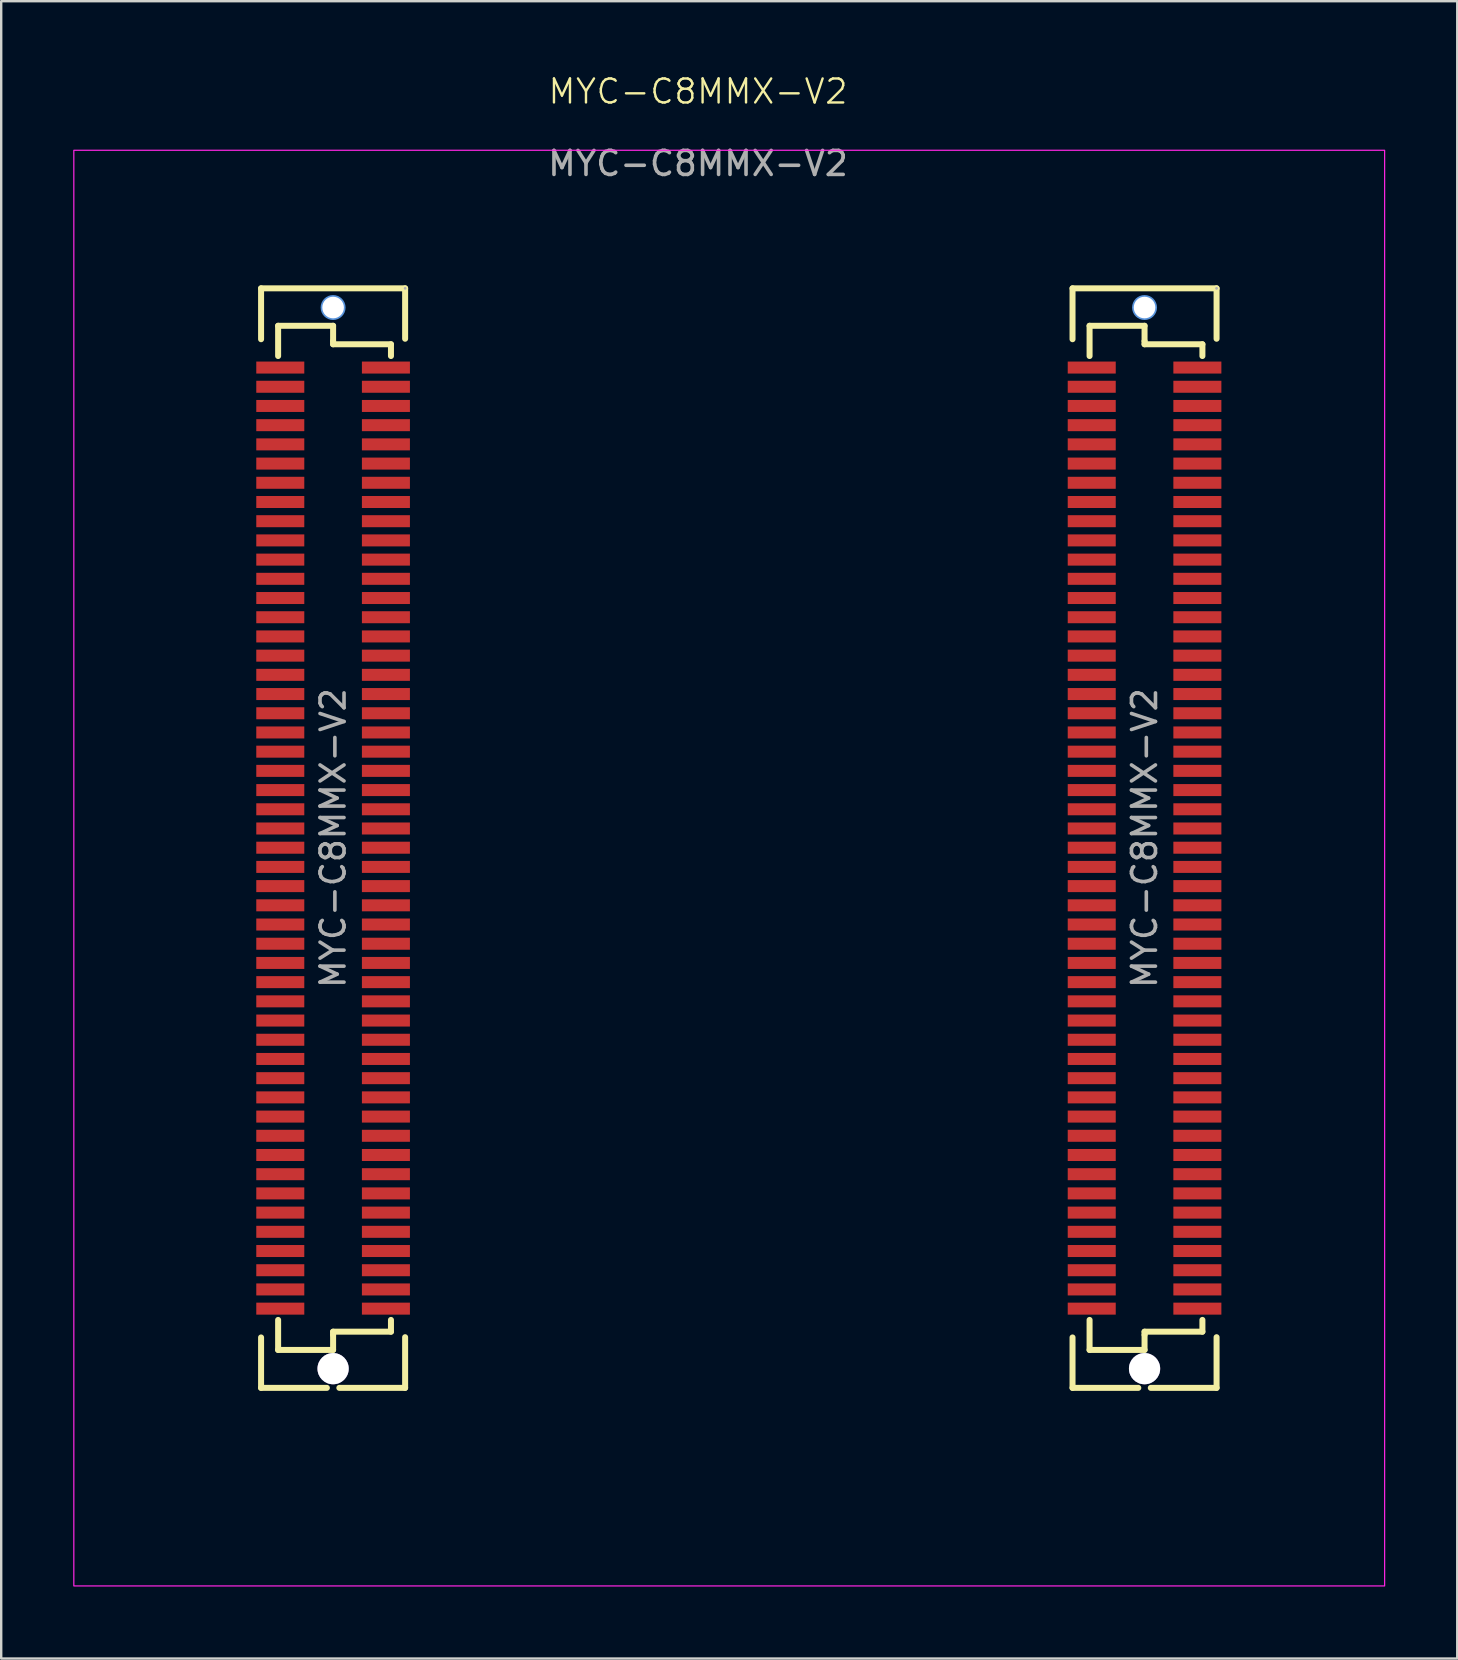
<source format=kicad_pcb>
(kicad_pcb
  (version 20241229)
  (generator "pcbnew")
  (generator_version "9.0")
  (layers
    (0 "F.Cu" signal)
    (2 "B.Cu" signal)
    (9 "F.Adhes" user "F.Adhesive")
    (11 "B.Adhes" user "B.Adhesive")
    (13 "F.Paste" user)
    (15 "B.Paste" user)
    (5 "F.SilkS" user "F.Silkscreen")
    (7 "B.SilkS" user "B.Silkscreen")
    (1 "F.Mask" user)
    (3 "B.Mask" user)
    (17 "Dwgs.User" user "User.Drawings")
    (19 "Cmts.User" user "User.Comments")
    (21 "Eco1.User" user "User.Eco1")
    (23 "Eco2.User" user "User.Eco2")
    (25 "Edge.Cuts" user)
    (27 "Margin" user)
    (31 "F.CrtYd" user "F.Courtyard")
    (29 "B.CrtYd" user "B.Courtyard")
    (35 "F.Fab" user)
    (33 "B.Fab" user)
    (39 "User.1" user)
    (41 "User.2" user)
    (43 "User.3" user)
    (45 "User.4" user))
  (footprint "MYC-C8MMX-V2"
    (layer "F.Cu")
    (at 26.025 1.26)
    (property "Reference" "MYC-C8MMX-V2" (at 0 -0.5 0) (unlocked yes) (layer "F.SilkS") (effects (font (size 1 1) (thickness 0.1))))
    (attr through_hole)
    (fp_line (start -18.2 7.7) (end -18.2 9.82) (stroke (width 0.25) (type solid)) (layer "F.SilkS"))
    (fp_line (start -18.2 53.5) (end -18.2 51.4) (stroke (width 0.25) (type solid)) (layer "F.SilkS"))
    (fp_line (start -17.49 9.26) (end -15.2 9.26) (stroke (width 0.25) (type solid)) (layer "F.SilkS"))
    (fp_line (start -17.49 10.52) (end -17.49 9.26) (stroke (width 0.25) (type solid)) (layer "F.SilkS"))
    (fp_line (start -17.49 50.67) (end -17.49 51.92) (stroke (width 0.25) (type solid)) (layer "F.SilkS"))
    (fp_line (start -17.49 51.92) (end -15.2 51.92) (stroke (width 0.25) (type solid)) (layer "F.SilkS"))
    (fp_line (start -15.46 53.5) (end -18.2 53.5) (stroke (width 0.25) (type solid)) (layer "F.SilkS"))
    (fp_line (start -15.2 9.26) (end -15.2 9.9) (stroke (width 0.25) (type solid)) (layer "F.SilkS"))
    (fp_line (start -15.2 9.9) (end -15.2 10.03) (stroke (width 0.25) (type solid)) (layer "F.SilkS"))
    (fp_line (start -15.2 10.03) (end -12.79 10.03) (stroke (width 0.25) (type solid)) (layer "F.SilkS"))
    (fp_line (start -15.2 51.16) (end -12.79 51.16) (stroke (width 0.25) (type solid)) (layer "F.SilkS"))
    (fp_line (start -15.2 51.29) (end -15.2 51.16) (stroke (width 0.25) (type solid)) (layer "F.SilkS"))
    (fp_line (start -15.2 51.92) (end -15.2 51.29) (stroke (width 0.25) (type solid)) (layer "F.SilkS"))
    (fp_line (start -12.79 10.03) (end -12.79 10.52) (stroke (width 0.25) (type solid)) (layer "F.SilkS"))
    (fp_line (start -12.79 51.16) (end -12.79 50.67) (stroke (width 0.25) (type solid)) (layer "F.SilkS"))
    (fp_line (start -12.2 7.7) (end -18.2 7.7) (stroke (width 0.25) (type solid)) (layer "F.SilkS"))
    (fp_line (start -12.2 7.7) (end -12.2 9.8) (stroke (width 0.25) (type solid)) (layer "F.SilkS"))
    (fp_line (start -12.2 53.5) (end -14.94 53.5) (stroke (width 0.25) (type solid)) (layer "F.SilkS"))
    (fp_line (start -12.2 53.5) (end -12.2 51.39) (stroke (width 0.25) (type solid)) (layer "F.SilkS"))
    (fp_line (start 15.6 7.7) (end 15.6 9.82) (stroke (width 0.25) (type solid)) (layer "F.SilkS"))
    (fp_line (start 15.6 53.5) (end 15.6 51.4) (stroke (width 0.25) (type solid)) (layer "F.SilkS"))
    (fp_line (start 16.31 9.26) (end 18.6 9.26) (stroke (width 0.25) (type solid)) (layer "F.SilkS"))
    (fp_line (start 16.31 10.52) (end 16.31 9.26) (stroke (width 0.25) (type solid)) (layer "F.SilkS"))
    (fp_line (start 16.31 50.67) (end 16.31 51.92) (stroke (width 0.25) (type solid)) (layer "F.SilkS"))
    (fp_line (start 16.31 51.92) (end 18.6 51.92) (stroke (width 0.25) (type solid)) (layer "F.SilkS"))
    (fp_line (start 18.34 53.5) (end 15.6 53.5) (stroke (width 0.25) (type solid)) (layer "F.SilkS"))
    (fp_line (start 18.6 9.26) (end 18.6 9.9) (stroke (width 0.25) (type solid)) (layer "F.SilkS"))
    (fp_line (start 18.6 9.9) (end 18.6 10.03) (stroke (width 0.25) (type solid)) (layer "F.SilkS"))
    (fp_line (start 18.6 10.03) (end 21.01 10.03) (stroke (width 0.25) (type solid)) (layer "F.SilkS"))
    (fp_line (start 18.6 51.16) (end 21.01 51.16) (stroke (width 0.25) (type solid)) (layer "F.SilkS"))
    (fp_line (start 18.6 51.29) (end 18.6 51.16) (stroke (width 0.25) (type solid)) (layer "F.SilkS"))
    (fp_line (start 18.6 51.92) (end 18.6 51.29) (stroke (width 0.25) (type solid)) (layer "F.SilkS"))
    (fp_line (start 21.01 10.03) (end 21.01 10.52) (stroke (width 0.25) (type solid)) (layer "F.SilkS"))
    (fp_line (start 21.01 51.16) (end 21.01 50.67) (stroke (width 0.25) (type solid)) (layer "F.SilkS"))
    (fp_line (start 21.6 7.7) (end 15.6 7.7) (stroke (width 0.25) (type solid)) (layer "F.SilkS"))
    (fp_line (start 21.6 7.7) (end 21.6 9.8) (stroke (width 0.25) (type solid)) (layer "F.SilkS"))
    (fp_line (start 21.6 53.5) (end 18.86 53.5) (stroke (width 0.25) (type solid)) (layer "F.SilkS"))
    (fp_line (start 21.6 53.5) (end 21.6 51.39) (stroke (width 0.25) (type solid)) (layer "F.SilkS"))
    (fp_circle (center -15.2 8.5) (end -15.2 8.67) (stroke (width 0.35) (type solid)) (fill no) (layer "Cmts.User"))
    (fp_circle (center -15.2 52.7) (end -15.2 52.98) (stroke (width 0.55) (type solid)) (fill no) (layer "Cmts.User"))
    (fp_circle (center 18.6 8.5) (end 18.6 8.67) (stroke (width 0.35) (type solid)) (fill no) (layer "Cmts.User"))
    (fp_circle (center 18.6 52.7) (end 18.6 52.98) (stroke (width 0.55) (type solid)) (fill no) (layer "Cmts.User"))
    (fp_rect (start -26 1.95) (end 28.6 61.75) (stroke (width 0.05) (type default)) (fill no) (layer "F.CrtYd"))
    (fp_circle (center -12.2 7.7) (end -12.2 7.73) (stroke (width 0.06) (type solid)) (fill no) (layer "F.Fab"))
    (fp_circle (center 21.6 7.7) (end 21.6 7.73) (stroke (width 0.06) (type solid)) (fill no) (layer "F.Fab"))
    (fp_text user "${REFERENCE}" (at 18.6 30.6 270) (layer "F.Fab") (effects (font (size 1 1) (thickness 0.15))))
    (fp_text user "${REFERENCE}" (at -15.2 30.6 270) (layer "F.Fab") (effects (font (size 1 1) (thickness 0.15))))
    (fp_text user "${REFERENCE}" (at 0 2.5 0) (unlocked yes) (layer "F.Fab") (effects (font (size 1 1) (thickness 0.15))))
    (pad "" thru_hole circle (at -15.2 8.5 270) (size 0.9 0.9) (drill 0.9) (layers "*.Cu" "*.Mask"))
    (pad "" thru_hole circle (at -15.2 52.7 270) (size 1.3 1.3) (drill 1.3) (layers "*.Cu" "*.Mask"))
    (pad "" thru_hole circle (at 18.6 8.5 270) (size 0.9 0.9) (drill 0.9) (layers "*.Cu" "*.Mask"))
    (pad "" thru_hole circle (at 18.6 52.7 270) (size 1.3 1.3) (drill 1.3) (layers "*.Cu" "*.Mask"))
    (pad "1" smd rect (at -13 11 90) (size 0.5 2) (layers "F.Cu" "F.Mask" "F.Paste"))
    (pad "1" smd rect (at 20.8 11 90) (size 0.5 2) (layers "F.Cu" "F.Mask" "F.Paste"))
    (pad "2" smd rect (at -17.4 11 90) (size 0.5 2) (layers "F.Cu" "F.Mask" "F.Paste"))
    (pad "2" smd rect (at 16.4 11 90) (size 0.5 2) (layers "F.Cu" "F.Mask" "F.Paste"))
    (pad "3" smd rect (at -13 11.8 90) (size 0.5 2) (layers "F.Cu" "F.Mask" "F.Paste"))
    (pad "3" smd rect (at 20.8 11.8 90) (size 0.5 2) (layers "F.Cu" "F.Mask" "F.Paste"))
    (pad "4" smd rect (at -17.4 11.8 90) (size 0.5 2) (layers "F.Cu" "F.Mask" "F.Paste"))
    (pad "4" smd rect (at 16.4 11.8 90) (size 0.5 2) (layers "F.Cu" "F.Mask" "F.Paste"))
    (pad "5" smd rect (at -13 12.6 90) (size 0.5 2) (layers "F.Cu" "F.Mask" "F.Paste"))
    (pad "5" smd rect (at 20.8 12.6 90) (size 0.5 2) (layers "F.Cu" "F.Mask" "F.Paste"))
    (pad "6" smd rect (at -17.4 12.6 90) (size 0.5 2) (layers "F.Cu" "F.Mask" "F.Paste"))
    (pad "6" smd rect (at 16.4 12.6 90) (size 0.5 2) (layers "F.Cu" "F.Mask" "F.Paste"))
    (pad "7" smd rect (at -13 13.4 90) (size 0.5 2) (layers "F.Cu" "F.Mask" "F.Paste"))
    (pad "7" smd rect (at 20.8 13.4 90) (size 0.5 2) (layers "F.Cu" "F.Mask" "F.Paste"))
    (pad "8" smd rect (at -17.4 13.4 90) (size 0.5 2) (layers "F.Cu" "F.Mask" "F.Paste"))
    (pad "8" smd rect (at 16.4 13.4 90) (size 0.5 2) (layers "F.Cu" "F.Mask" "F.Paste"))
    (pad "9" smd rect (at -13 14.2 90) (size 0.5 2) (layers "F.Cu" "F.Mask" "F.Paste"))
    (pad "9" smd rect (at 20.8 14.2 90) (size 0.5 2) (layers "F.Cu" "F.Mask" "F.Paste"))
    (pad "10" smd rect (at -17.4 14.2 90) (size 0.5 2) (layers "F.Cu" "F.Mask" "F.Paste"))
    (pad "10" smd rect (at 16.4 14.2 90) (size 0.5 2) (layers "F.Cu" "F.Mask" "F.Paste"))
    (pad "11" smd rect (at -13 15 90) (size 0.5 2) (layers "F.Cu" "F.Mask" "F.Paste"))
    (pad "11" smd rect (at 20.8 15 90) (size 0.5 2) (layers "F.Cu" "F.Mask" "F.Paste"))
    (pad "12" smd rect (at -17.4 15 90) (size 0.5 2) (layers "F.Cu" "F.Mask" "F.Paste"))
    (pad "12" smd rect (at 16.4 15 90) (size 0.5 2) (layers "F.Cu" "F.Mask" "F.Paste"))
    (pad "13" smd rect (at -13 15.8 90) (size 0.5 2) (layers "F.Cu" "F.Mask" "F.Paste"))
    (pad "13" smd rect (at 20.8 15.8 90) (size 0.5 2) (layers "F.Cu" "F.Mask" "F.Paste"))
    (pad "14" smd rect (at -17.4 15.8 90) (size 0.5 2) (layers "F.Cu" "F.Mask" "F.Paste"))
    (pad "14" smd rect (at 16.4 15.8 90) (size 0.5 2) (layers "F.Cu" "F.Mask" "F.Paste"))
    (pad "15" smd rect (at -13 16.6 90) (size 0.5 2) (layers "F.Cu" "F.Mask" "F.Paste"))
    (pad "15" smd rect (at 20.8 16.6 90) (size 0.5 2) (layers "F.Cu" "F.Mask" "F.Paste"))
    (pad "16" smd rect (at -17.4 16.6 90) (size 0.5 2) (layers "F.Cu" "F.Mask" "F.Paste"))
    (pad "16" smd rect (at 16.4 16.6 90) (size 0.5 2) (layers "F.Cu" "F.Mask" "F.Paste"))
    (pad "17" smd rect (at -13 17.4 90) (size 0.5 2) (layers "F.Cu" "F.Mask" "F.Paste"))
    (pad "17" smd rect (at 20.8 17.4 90) (size 0.5 2) (layers "F.Cu" "F.Mask" "F.Paste"))
    (pad "18" smd rect (at -17.4 17.4 90) (size 0.5 2) (layers "F.Cu" "F.Mask" "F.Paste"))
    (pad "18" smd rect (at 16.4 17.4 90) (size 0.5 2) (layers "F.Cu" "F.Mask" "F.Paste"))
    (pad "19" smd rect (at -13 18.2 90) (size 0.5 2) (layers "F.Cu" "F.Mask" "F.Paste"))
    (pad "19" smd rect (at 20.8 18.2 90) (size 0.5 2) (layers "F.Cu" "F.Mask" "F.Paste"))
    (pad "20" smd rect (at -17.4 18.2 90) (size 0.5 2) (layers "F.Cu" "F.Mask" "F.Paste"))
    (pad "20" smd rect (at 16.4 18.2 90) (size 0.5 2) (layers "F.Cu" "F.Mask" "F.Paste"))
    (pad "21" smd rect (at -13 19 90) (size 0.5 2) (layers "F.Cu" "F.Mask" "F.Paste"))
    (pad "21" smd rect (at 20.8 19 90) (size 0.5 2) (layers "F.Cu" "F.Mask" "F.Paste"))
    (pad "22" smd rect (at -17.4 19 90) (size 0.5 2) (layers "F.Cu" "F.Mask" "F.Paste"))
    (pad "22" smd rect (at 16.4 19 90) (size 0.5 2) (layers "F.Cu" "F.Mask" "F.Paste"))
    (pad "23" smd rect (at -13 19.8 90) (size 0.5 2) (layers "F.Cu" "F.Mask" "F.Paste"))
    (pad "23" smd rect (at 20.8 19.8 90) (size 0.5 2) (layers "F.Cu" "F.Mask" "F.Paste"))
    (pad "24" smd rect (at -17.4 19.8 90) (size 0.5 2) (layers "F.Cu" "F.Mask" "F.Paste"))
    (pad "24" smd rect (at 16.4 19.8 90) (size 0.5 2) (layers "F.Cu" "F.Mask" "F.Paste"))
    (pad "25" smd rect (at -13 20.6 90) (size 0.5 2) (layers "F.Cu" "F.Mask" "F.Paste"))
    (pad "25" smd rect (at 20.8 20.6 90) (size 0.5 2) (layers "F.Cu" "F.Mask" "F.Paste"))
    (pad "26" smd rect (at -17.4 20.6 90) (size 0.5 2) (layers "F.Cu" "F.Mask" "F.Paste"))
    (pad "26" smd rect (at 16.4 20.6 90) (size 0.5 2) (layers "F.Cu" "F.Mask" "F.Paste"))
    (pad "27" smd rect (at -13 21.4 90) (size 0.5 2) (layers "F.Cu" "F.Mask" "F.Paste"))
    (pad "27" smd rect (at 20.8 21.4 90) (size 0.5 2) (layers "F.Cu" "F.Mask" "F.Paste"))
    (pad "28" smd rect (at -17.4 21.4 90) (size 0.5 2) (layers "F.Cu" "F.Mask" "F.Paste"))
    (pad "28" smd rect (at 16.4 21.4 90) (size 0.5 2) (layers "F.Cu" "F.Mask" "F.Paste"))
    (pad "29" smd rect (at -13 22.2 90) (size 0.5 2) (layers "F.Cu" "F.Mask" "F.Paste"))
    (pad "29" smd rect (at 20.8 22.2 90) (size 0.5 2) (layers "F.Cu" "F.Mask" "F.Paste"))
    (pad "30" smd rect (at -17.4 22.2 90) (size 0.5 2) (layers "F.Cu" "F.Mask" "F.Paste"))
    (pad "30" smd rect (at 16.4 22.2 90) (size 0.5 2) (layers "F.Cu" "F.Mask" "F.Paste"))
    (pad "31" smd rect (at -13 23 90) (size 0.5 2) (layers "F.Cu" "F.Mask" "F.Paste"))
    (pad "31" smd rect (at 20.8 23 90) (size 0.5 2) (layers "F.Cu" "F.Mask" "F.Paste"))
    (pad "32" smd rect (at -17.4 23 90) (size 0.5 2) (layers "F.Cu" "F.Mask" "F.Paste"))
    (pad "32" smd rect (at 16.4 23 90) (size 0.5 2) (layers "F.Cu" "F.Mask" "F.Paste"))
    (pad "33" smd rect (at -13 23.8 90) (size 0.5 2) (layers "F.Cu" "F.Mask" "F.Paste"))
    (pad "33" smd rect (at 20.8 23.8 90) (size 0.5 2) (layers "F.Cu" "F.Mask" "F.Paste"))
    (pad "34" smd rect (at -17.4 23.8 90) (size 0.5 2) (layers "F.Cu" "F.Mask" "F.Paste"))
    (pad "34" smd rect (at 16.4 23.8 90) (size 0.5 2) (layers "F.Cu" "F.Mask" "F.Paste"))
    (pad "35" smd rect (at -13 24.6 90) (size 0.5 2) (layers "F.Cu" "F.Mask" "F.Paste"))
    (pad "35" smd rect (at 20.8 24.6 90) (size 0.5 2) (layers "F.Cu" "F.Mask" "F.Paste"))
    (pad "36" smd rect (at -17.4 24.6 90) (size 0.5 2) (layers "F.Cu" "F.Mask" "F.Paste"))
    (pad "36" smd rect (at 16.4 24.6 90) (size 0.5 2) (layers "F.Cu" "F.Mask" "F.Paste"))
    (pad "37" smd rect (at -13 25.4 90) (size 0.5 2) (layers "F.Cu" "F.Mask" "F.Paste"))
    (pad "37" smd rect (at 20.8 25.4 90) (size 0.5 2) (layers "F.Cu" "F.Mask" "F.Paste"))
    (pad "38" smd rect (at -17.4 25.4 90) (size 0.5 2) (layers "F.Cu" "F.Mask" "F.Paste"))
    (pad "38" smd rect (at 16.4 25.4 90) (size 0.5 2) (layers "F.Cu" "F.Mask" "F.Paste"))
    (pad "39" smd rect (at -13 26.2 90) (size 0.5 2) (layers "F.Cu" "F.Mask" "F.Paste"))
    (pad "39" smd rect (at 20.8 26.2 90) (size 0.5 2) (layers "F.Cu" "F.Mask" "F.Paste"))
    (pad "40" smd rect (at -17.4 26.2 90) (size 0.5 2) (layers "F.Cu" "F.Mask" "F.Paste"))
    (pad "40" smd rect (at 16.4 26.2 90) (size 0.5 2) (layers "F.Cu" "F.Mask" "F.Paste"))
    (pad "41" smd rect (at -13 27 90) (size 0.5 2) (layers "F.Cu" "F.Mask" "F.Paste"))
    (pad "41" smd rect (at 20.8 27 90) (size 0.5 2) (layers "F.Cu" "F.Mask" "F.Paste"))
    (pad "42" smd rect (at -17.4 27 90) (size 0.5 2) (layers "F.Cu" "F.Mask" "F.Paste"))
    (pad "42" smd rect (at 16.4 27 90) (size 0.5 2) (layers "F.Cu" "F.Mask" "F.Paste"))
    (pad "43" smd rect (at -13 27.8 90) (size 0.5 2) (layers "F.Cu" "F.Mask" "F.Paste"))
    (pad "43" smd rect (at 20.8 27.8 90) (size 0.5 2) (layers "F.Cu" "F.Mask" "F.Paste"))
    (pad "44" smd rect (at -17.4 27.8 90) (size 0.5 2) (layers "F.Cu" "F.Mask" "F.Paste"))
    (pad "44" smd rect (at 16.4 27.8 90) (size 0.5 2) (layers "F.Cu" "F.Mask" "F.Paste"))
    (pad "45" smd rect (at -13 28.6 90) (size 0.5 2) (layers "F.Cu" "F.Mask" "F.Paste"))
    (pad "45" smd rect (at 20.8 28.6 90) (size 0.5 2) (layers "F.Cu" "F.Mask" "F.Paste"))
    (pad "46" smd rect (at -17.4 28.6 90) (size 0.5 2) (layers "F.Cu" "F.Mask" "F.Paste"))
    (pad "46" smd rect (at 16.4 28.6 90) (size 0.5 2) (layers "F.Cu" "F.Mask" "F.Paste"))
    (pad "47" smd rect (at -13 29.4 90) (size 0.5 2) (layers "F.Cu" "F.Mask" "F.Paste"))
    (pad "47" smd rect (at 20.8 29.4 90) (size 0.5 2) (layers "F.Cu" "F.Mask" "F.Paste"))
    (pad "48" smd rect (at -17.4 29.4 90) (size 0.5 2) (layers "F.Cu" "F.Mask" "F.Paste"))
    (pad "48" smd rect (at 16.4 29.4 90) (size 0.5 2) (layers "F.Cu" "F.Mask" "F.Paste"))
    (pad "49" smd rect (at -13 30.2 90) (size 0.5 2) (layers "F.Cu" "F.Mask" "F.Paste"))
    (pad "49" smd rect (at 20.8 30.2 90) (size 0.5 2) (layers "F.Cu" "F.Mask" "F.Paste"))
    (pad "50" smd rect (at -17.4 30.2 90) (size 0.5 2) (layers "F.Cu" "F.Mask" "F.Paste"))
    (pad "50" smd rect (at 16.4 30.2 90) (size 0.5 2) (layers "F.Cu" "F.Mask" "F.Paste"))
    (pad "51" smd rect (at -13 31 90) (size 0.5 2) (layers "F.Cu" "F.Mask" "F.Paste"))
    (pad "51" smd rect (at 20.8 31 90) (size 0.5 2) (layers "F.Cu" "F.Mask" "F.Paste"))
    (pad "52" smd rect (at -17.4 31 90) (size 0.5 2) (layers "F.Cu" "F.Mask" "F.Paste"))
    (pad "52" smd rect (at 16.4 31 90) (size 0.5 2) (layers "F.Cu" "F.Mask" "F.Paste"))
    (pad "53" smd rect (at -13 31.8 90) (size 0.5 2) (layers "F.Cu" "F.Mask" "F.Paste"))
    (pad "53" smd rect (at 20.8 31.8 90) (size 0.5 2) (layers "F.Cu" "F.Mask" "F.Paste"))
    (pad "54" smd rect (at -17.4 31.8 90) (size 0.5 2) (layers "F.Cu" "F.Mask" "F.Paste"))
    (pad "54" smd rect (at 16.4 31.8 90) (size 0.5 2) (layers "F.Cu" "F.Mask" "F.Paste"))
    (pad "55" smd rect (at -13 32.6 90) (size 0.5 2) (layers "F.Cu" "F.Mask" "F.Paste"))
    (pad "55" smd rect (at 20.8 32.6 90) (size 0.5 2) (layers "F.Cu" "F.Mask" "F.Paste"))
    (pad "56" smd rect (at -17.4 32.6 90) (size 0.5 2) (layers "F.Cu" "F.Mask" "F.Paste"))
    (pad "56" smd rect (at 16.4 32.6 90) (size 0.5 2) (layers "F.Cu" "F.Mask" "F.Paste"))
    (pad "57" smd rect (at -13 33.4 90) (size 0.5 2) (layers "F.Cu" "F.Mask" "F.Paste"))
    (pad "57" smd rect (at 20.8 33.4 90) (size 0.5 2) (layers "F.Cu" "F.Mask" "F.Paste"))
    (pad "58" smd rect (at -17.4 33.4 90) (size 0.5 2) (layers "F.Cu" "F.Mask" "F.Paste"))
    (pad "58" smd rect (at 16.4 33.4 90) (size 0.5 2) (layers "F.Cu" "F.Mask" "F.Paste"))
    (pad "59" smd rect (at -13 34.2 90) (size 0.5 2) (layers "F.Cu" "F.Mask" "F.Paste"))
    (pad "59" smd rect (at 20.8 34.2 90) (size 0.5 2) (layers "F.Cu" "F.Mask" "F.Paste"))
    (pad "60" smd rect (at -17.4 34.2 90) (size 0.5 2) (layers "F.Cu" "F.Mask" "F.Paste"))
    (pad "60" smd rect (at 16.4 34.2 90) (size 0.5 2) (layers "F.Cu" "F.Mask" "F.Paste"))
    (pad "61" smd rect (at -13 35 90) (size 0.5 2) (layers "F.Cu" "F.Mask" "F.Paste"))
    (pad "61" smd rect (at 20.8 35 90) (size 0.5 2) (layers "F.Cu" "F.Mask" "F.Paste"))
    (pad "62" smd rect (at -17.4 35 90) (size 0.5 2) (layers "F.Cu" "F.Mask" "F.Paste"))
    (pad "62" smd rect (at 16.4 35 90) (size 0.5 2) (layers "F.Cu" "F.Mask" "F.Paste"))
    (pad "63" smd rect (at -13 35.8 90) (size 0.5 2) (layers "F.Cu" "F.Mask" "F.Paste"))
    (pad "63" smd rect (at 20.8 35.8 90) (size 0.5 2) (layers "F.Cu" "F.Mask" "F.Paste"))
    (pad "64" smd rect (at -17.4 35.8 90) (size 0.5 2) (layers "F.Cu" "F.Mask" "F.Paste"))
    (pad "64" smd rect (at 16.4 35.8 90) (size 0.5 2) (layers "F.Cu" "F.Mask" "F.Paste"))
    (pad "65" smd rect (at -13 36.6 90) (size 0.5 2) (layers "F.Cu" "F.Mask" "F.Paste"))
    (pad "65" smd rect (at 20.8 36.6 90) (size 0.5 2) (layers "F.Cu" "F.Mask" "F.Paste"))
    (pad "66" smd rect (at -17.4 36.6 90) (size 0.5 2) (layers "F.Cu" "F.Mask" "F.Paste"))
    (pad "66" smd rect (at 16.4 36.6 90) (size 0.5 2) (layers "F.Cu" "F.Mask" "F.Paste"))
    (pad "67" smd rect (at -13 37.4 90) (size 0.5 2) (layers "F.Cu" "F.Mask" "F.Paste"))
    (pad "67" smd rect (at 20.8 37.4 90) (size 0.5 2) (layers "F.Cu" "F.Mask" "F.Paste"))
    (pad "68" smd rect (at -17.4 37.4 90) (size 0.5 2) (layers "F.Cu" "F.Mask" "F.Paste"))
    (pad "68" smd rect (at 16.4 37.4 90) (size 0.5 2) (layers "F.Cu" "F.Mask" "F.Paste"))
    (pad "69" smd rect (at -13 38.2 90) (size 0.5 2) (layers "F.Cu" "F.Mask" "F.Paste"))
    (pad "69" smd rect (at 20.8 38.2 90) (size 0.5 2) (layers "F.Cu" "F.Mask" "F.Paste"))
    (pad "70" smd rect (at -17.4 38.2 90) (size 0.5 2) (layers "F.Cu" "F.Mask" "F.Paste"))
    (pad "70" smd rect (at 16.4 38.2 90) (size 0.5 2) (layers "F.Cu" "F.Mask" "F.Paste"))
    (pad "71" smd rect (at -13 39 90) (size 0.5 2) (layers "F.Cu" "F.Mask" "F.Paste"))
    (pad "71" smd rect (at 20.8 39 90) (size 0.5 2) (layers "F.Cu" "F.Mask" "F.Paste"))
    (pad "72" smd rect (at -17.4 39 90) (size 0.5 2) (layers "F.Cu" "F.Mask" "F.Paste"))
    (pad "72" smd rect (at 16.4 39 90) (size 0.5 2) (layers "F.Cu" "F.Mask" "F.Paste"))
    (pad "73" smd rect (at -13 39.8 90) (size 0.5 2) (layers "F.Cu" "F.Mask" "F.Paste"))
    (pad "73" smd rect (at 20.8 39.8 90) (size 0.5 2) (layers "F.Cu" "F.Mask" "F.Paste"))
    (pad "74" smd rect (at -17.4 39.8 90) (size 0.5 2) (layers "F.Cu" "F.Mask" "F.Paste"))
    (pad "74" smd rect (at 16.4 39.8 90) (size 0.5 2) (layers "F.Cu" "F.Mask" "F.Paste"))
    (pad "75" smd rect (at -13 40.6 90) (size 0.5 2) (layers "F.Cu" "F.Mask" "F.Paste"))
    (pad "75" smd rect (at 20.8 40.6 90) (size 0.5 2) (layers "F.Cu" "F.Mask" "F.Paste"))
    (pad "76" smd rect (at -17.4 40.6 90) (size 0.5 2) (layers "F.Cu" "F.Mask" "F.Paste"))
    (pad "76" smd rect (at 16.4 40.6 90) (size 0.5 2) (layers "F.Cu" "F.Mask" "F.Paste"))
    (pad "77" smd rect (at -13 41.4 90) (size 0.5 2) (layers "F.Cu" "F.Mask" "F.Paste"))
    (pad "77" smd rect (at 20.8 41.4 90) (size 0.5 2) (layers "F.Cu" "F.Mask" "F.Paste"))
    (pad "78" smd rect (at -17.4 41.4 90) (size 0.5 2) (layers "F.Cu" "F.Mask" "F.Paste"))
    (pad "78" smd rect (at 16.4 41.4 90) (size 0.5 2) (layers "F.Cu" "F.Mask" "F.Paste"))
    (pad "79" smd rect (at -13 42.2 90) (size 0.5 2) (layers "F.Cu" "F.Mask" "F.Paste"))
    (pad "79" smd rect (at 20.8 42.2 90) (size 0.5 2) (layers "F.Cu" "F.Mask" "F.Paste"))
    (pad "80" smd rect (at -17.4 42.2 90) (size 0.5 2) (layers "F.Cu" "F.Mask" "F.Paste"))
    (pad "80" smd rect (at 16.4 42.2 90) (size 0.5 2) (layers "F.Cu" "F.Mask" "F.Paste"))
    (pad "81" smd rect (at -13 43 90) (size 0.5 2) (layers "F.Cu" "F.Mask" "F.Paste"))
    (pad "81" smd rect (at 20.8 43 90) (size 0.5 2) (layers "F.Cu" "F.Mask" "F.Paste"))
    (pad "82" smd rect (at -17.4 43 90) (size 0.5 2) (layers "F.Cu" "F.Mask" "F.Paste"))
    (pad "82" smd rect (at 16.4 43 90) (size 0.5 2) (layers "F.Cu" "F.Mask" "F.Paste"))
    (pad "83" smd rect (at -13 43.8 90) (size 0.5 2) (layers "F.Cu" "F.Mask" "F.Paste"))
    (pad "83" smd rect (at 20.8 43.8 90) (size 0.5 2) (layers "F.Cu" "F.Mask" "F.Paste"))
    (pad "84" smd rect (at -17.4 43.8 90) (size 0.5 2) (layers "F.Cu" "F.Mask" "F.Paste"))
    (pad "84" smd rect (at 16.4 43.8 90) (size 0.5 2) (layers "F.Cu" "F.Mask" "F.Paste"))
    (pad "85" smd rect (at -13 44.6 90) (size 0.5 2) (layers "F.Cu" "F.Mask" "F.Paste"))
    (pad "85" smd rect (at 20.8 44.6 90) (size 0.5 2) (layers "F.Cu" "F.Mask" "F.Paste"))
    (pad "86" smd rect (at -17.4 44.6 90) (size 0.5 2) (layers "F.Cu" "F.Mask" "F.Paste"))
    (pad "86" smd rect (at 16.4 44.6 90) (size 0.5 2) (layers "F.Cu" "F.Mask" "F.Paste"))
    (pad "87" smd rect (at -13 45.4 90) (size 0.5 2) (layers "F.Cu" "F.Mask" "F.Paste"))
    (pad "87" smd rect (at 20.8 45.4 90) (size 0.5 2) (layers "F.Cu" "F.Mask" "F.Paste"))
    (pad "88" smd rect (at -17.4 45.4 90) (size 0.5 2) (layers "F.Cu" "F.Mask" "F.Paste"))
    (pad "88" smd rect (at 16.4 45.4 90) (size 0.5 2) (layers "F.Cu" "F.Mask" "F.Paste"))
    (pad "89" smd rect (at -13 46.2 90) (size 0.5 2) (layers "F.Cu" "F.Mask" "F.Paste"))
    (pad "89" smd rect (at 20.8 46.2 90) (size 0.5 2) (layers "F.Cu" "F.Mask" "F.Paste"))
    (pad "90" smd rect (at -17.4 46.2 90) (size 0.5 2) (layers "F.Cu" "F.Mask" "F.Paste"))
    (pad "90" smd rect (at 16.4 46.2 90) (size 0.5 2) (layers "F.Cu" "F.Mask" "F.Paste"))
    (pad "91" smd rect (at -13 47 90) (size 0.5 2) (layers "F.Cu" "F.Mask" "F.Paste"))
    (pad "91" smd rect (at 20.8 47 90) (size 0.5 2) (layers "F.Cu" "F.Mask" "F.Paste"))
    (pad "92" smd rect (at -17.4 47 90) (size 0.5 2) (layers "F.Cu" "F.Mask" "F.Paste"))
    (pad "92" smd rect (at 16.4 47 90) (size 0.5 2) (layers "F.Cu" "F.Mask" "F.Paste"))
    (pad "93" smd rect (at -13 47.8 90) (size 0.5 2) (layers "F.Cu" "F.Mask" "F.Paste"))
    (pad "93" smd rect (at 20.8 47.8 90) (size 0.5 2) (layers "F.Cu" "F.Mask" "F.Paste"))
    (pad "94" smd rect (at -17.4 47.8 90) (size 0.5 2) (layers "F.Cu" "F.Mask" "F.Paste"))
    (pad "94" smd rect (at 16.4 47.8 90) (size 0.5 2) (layers "F.Cu" "F.Mask" "F.Paste"))
    (pad "95" smd rect (at -13 48.6 90) (size 0.5 2) (layers "F.Cu" "F.Mask" "F.Paste"))
    (pad "95" smd rect (at 20.8 48.6 90) (size 0.5 2) (layers "F.Cu" "F.Mask" "F.Paste"))
    (pad "96" smd rect (at -17.4 48.6 90) (size 0.5 2) (layers "F.Cu" "F.Mask" "F.Paste"))
    (pad "96" smd rect (at 16.4 48.6 90) (size 0.5 2) (layers "F.Cu" "F.Mask" "F.Paste"))
    (pad "97" smd rect (at -13 49.4 90) (size 0.5 2) (layers "F.Cu" "F.Mask" "F.Paste"))
    (pad "97" smd rect (at 20.8 49.4 90) (size 0.5 2) (layers "F.Cu" "F.Mask" "F.Paste"))
    (pad "98" smd rect (at -17.4 49.4 90) (size 0.5 2) (layers "F.Cu" "F.Mask" "F.Paste"))
    (pad "98" smd rect (at 16.4 49.4 90) (size 0.5 2) (layers "F.Cu" "F.Mask" "F.Paste"))
    (pad "99" smd rect (at -13 50.2 90) (size 0.5 2) (layers "F.Cu" "F.Mask" "F.Paste"))
    (pad "99" smd rect (at 20.8 50.2 90) (size 0.5 2) (layers "F.Cu" "F.Mask" "F.Paste"))
    (pad "100" smd rect (at -17.4 50.2 90) (size 0.5 2) (layers "F.Cu" "F.Mask" "F.Paste"))
    (pad "100" smd rect (at 16.4 50.2 90) (size 0.5 2) (layers "F.Cu" "F.Mask" "F.Paste")))
  (gr_rect
    (start -3 -3)
    (end 57.65 66.035)
    (stroke (width 0.1) (type default))
    (fill no)
    (layer "Edge.Cuts")))
</source>
